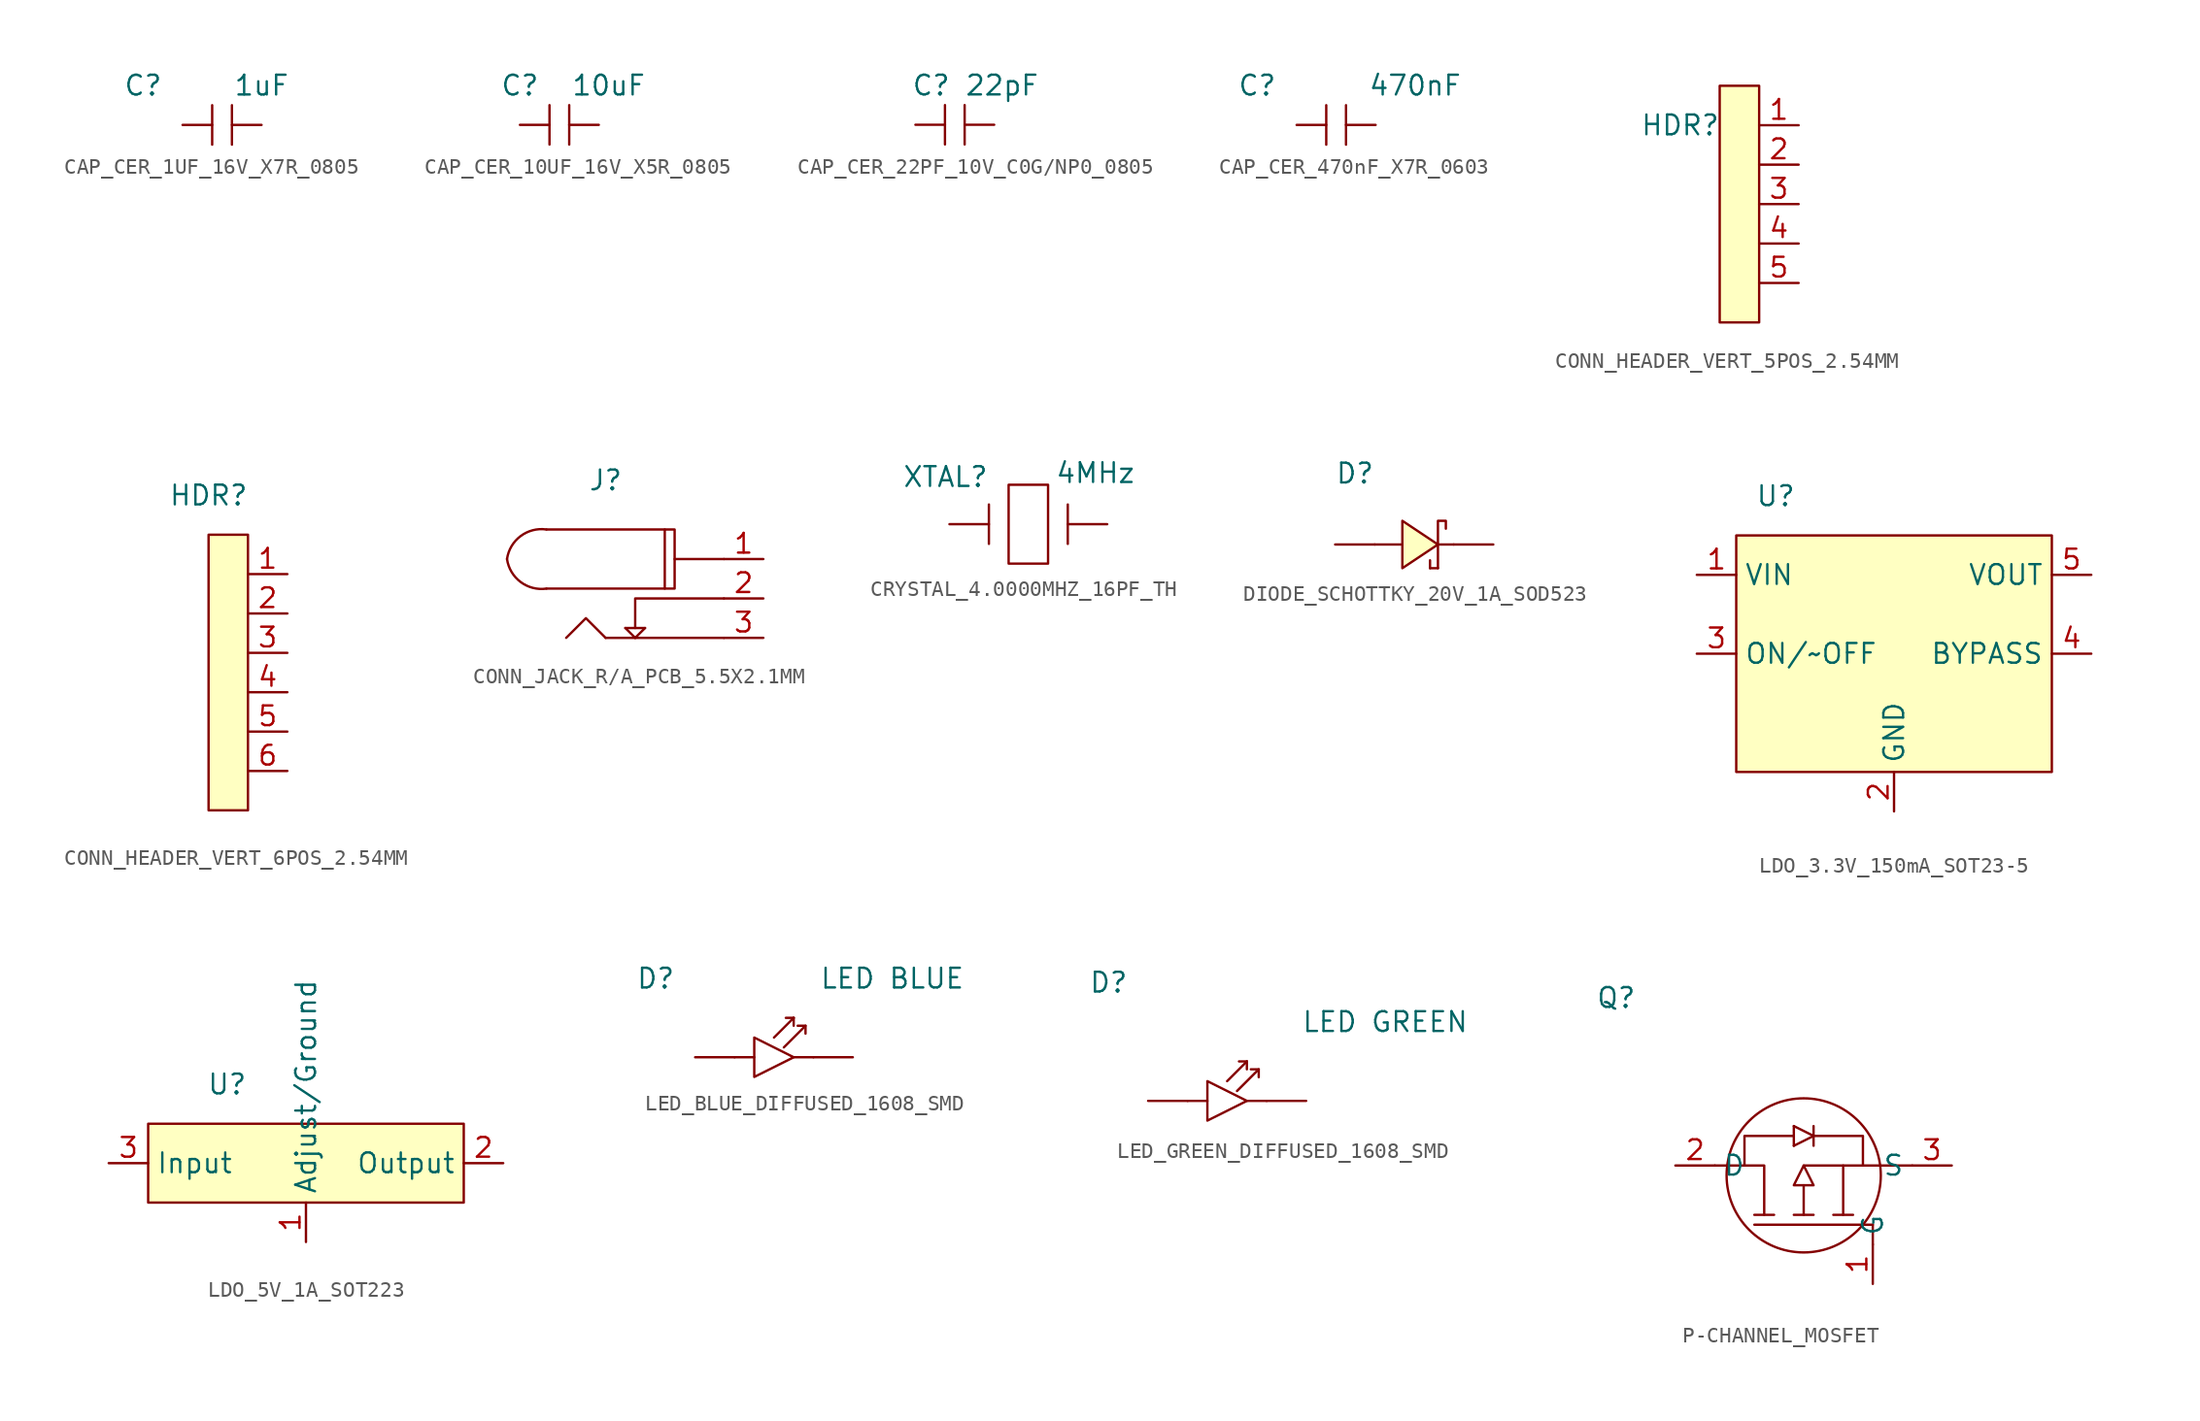
<source format=kicad_sym>
(kicad_symbol_lib
  (version 20231120)
  (generator "kicad_symbol_editor")
  (generator_version "8.0")
  (symbol "CAP_CER_1UF_16V_X7R_0805"
    (pin_numbers hide)
    (pin_names hide)
    (property "Reference" "C"
      (at -5.08 2.54 0)
      (effects (font (size 1.27 1.27))))
    (property "Value" "1uF"
      (at 2.54 2.54 0)
      (effects (font (size 1.27 1.27))))
    (symbol "CAP_CER_1UF_16V_X7R_0805_0_1"
      (polyline (pts (xy 0.635 1.27) (xy 0.635 -1.27)) (stroke (width 0) (type default)) (fill (type none))))
    (symbol "CAP_CER_1UF_16V_X7R_0805_1_1"
      (polyline (pts (xy -0.635 1.27) (xy -0.635 -1.27)) (stroke (width 0) (type default)) (fill (type none)))
      (pin bidirectional line (at -2.54 0 0) (length 1.905) (name "A" (effects (font (size 1.27 1.27)))) (number "1" (effects (font (size 1.27 1.27)))))
      (pin bidirectional line (at 2.54 0 180) (length 1.905) (name "B" (effects (font (size 1.27 1.27)))) (number "2" (effects (font (size 1.27 1.27)))))))
  (symbol "CAP_CER_10UF_16V_X5R_0805"
    (pin_numbers hide)
    (pin_names hide)
    (property "Reference" "C"
      (at -2.54 2.54 0)
      (effects (font (size 1.27 1.27))))
    (property "Value" "10uF"
      (at 3.175 2.54 0)
      (effects (font (size 1.27 1.27))))
    (symbol "CAP_CER_10UF_16V_X5R_0805_0_1"
      (polyline (pts (xy 0.635 1.27) (xy 0.635 -1.27)) (stroke (width 0) (type default)) (fill (type none))))
    (symbol "CAP_CER_10UF_16V_X5R_0805_1_1"
      (polyline (pts (xy -0.635 1.27) (xy -0.635 -1.27)) (stroke (width 0) (type default)) (fill (type none)))
      (pin bidirectional line (at -2.54 0 0) (length 1.905) (name "A" (effects (font (size 1.27 1.27)))) (number "1" (effects (font (size 1.27 1.27)))))
      (pin bidirectional line (at 2.54 0 180) (length 1.905) (name "B" (effects (font (size 1.27 1.27)))) (number "2" (effects (font (size 1.27 1.27)))))))
  (symbol "CAP_CER_22PF_10V_C0G/NP0_0805"
    (pin_numbers hide)
    (pin_names hide)
    (property "Reference" "C"
      (at -1.524 2.54 0)
      (effects (font (size 1.27 1.27))))
    (property "Value" "22pF"
      (at 3.048 2.54 0)
      (effects (font (size 1.27 1.27))))
    (symbol "CAP_CER_22PF_10V_C0G/NP0_0805_0_1"
      (polyline (pts (xy 0.635 1.27) (xy 0.635 -1.27)) (stroke (width 0) (type default)) (fill (type none))))
    (symbol "CAP_CER_22PF_10V_C0G/NP0_0805_1_1"
      (polyline (pts (xy -0.635 1.27) (xy -0.635 -1.27)) (stroke (width 0) (type default)) (fill (type none)))
      (pin bidirectional line (at -2.54 0 0) (length 1.905) (name "A" (effects (font (size 1.27 1.27)))) (number "1" (effects (font (size 1.27 1.27)))))
      (pin bidirectional line (at 2.54 0 180) (length 1.905) (name "B" (effects (font (size 1.27 1.27)))) (number "2" (effects (font (size 1.27 1.27)))))))
  (symbol "CAP_CER_470nF_X7R_0603"
    (pin_numbers hide)
    (pin_names hide)
    (property "Reference" "C"
      (at -5.08 2.54 0)
      (effects (font (size 1.27 1.27))))
    (property "Value" "470nF"
      (at 5.08 2.54 0)
      (effects (font (size 1.27 1.27))))
    (symbol "CAP_CER_470nF_X7R_0603_0_1"
      (polyline (pts (xy 0.635 1.27) (xy 0.635 -1.27)) (stroke (width 0) (type default)) (fill (type none))))
    (symbol "CAP_CER_470nF_X7R_0603_1_1"
      (polyline (pts (xy -0.635 1.27) (xy -0.635 -1.27)) (stroke (width 0) (type default)) (fill (type none)))
      (pin bidirectional line (at -2.54 0 0) (length 1.905) (name "A" (effects (font (size 1.27 1.27)))) (number "1" (effects (font (size 1.27 1.27)))))
      (pin bidirectional line (at 2.54 0 180) (length 1.905) (name "B" (effects (font (size 1.27 1.27)))) (number "2" (effects (font (size 1.27 1.27)))))))
  (symbol "CONN_HEADER_VERT_5POS_2.54MM"
    (pin_names hide)
    (property "Reference" "HDR"
      (at -5.08 5.08 0)
      (effects (font (size 1.27 1.27))))
    (symbol "CONN_HEADER_VERT_5POS_2.54MM_1_1"
      (rectangle (start -2.54 7.62) (end 0 -7.62) (stroke (width 0) (type default)) (fill (type background)))
      (pin bidirectional line (at 2.54 5.08 180) (length 2.54) (name "A" (effects (font (size 1.27 1.27)))) (number "1" (effects (font (size 1.27 1.27)))))
      (pin bidirectional line (at 2.54 2.54 180) (length 2.54) (name "B" (effects (font (size 1.27 1.27)))) (number "2" (effects (font (size 1.27 1.27)))))
      (pin bidirectional line (at 2.54 0 180) (length 2.54) (name "C" (effects (font (size 1.27 1.27)))) (number "3" (effects (font (size 1.27 1.27)))))
      (pin bidirectional line (at 2.54 -2.54 180) (length 2.54) (name "D" (effects (font (size 1.27 1.27)))) (number "4" (effects (font (size 1.27 1.27)))))
      (pin bidirectional line (at 2.54 -5.08 180) (length 2.54) (name "E" (effects (font (size 1.27 1.27)))) (number "5" (effects (font (size 1.27 1.27)))))))
  (symbol "CONN_HEADER_VERT_6POS_2.54MM"
    (pin_names hide)
    (property "Reference" "HDR"
      (at -2.54 10.16 0)
      (effects (font (size 1.27 1.27))))
    (symbol "CONN_HEADER_VERT_6POS_2.54MM_1_1"
      (rectangle (start -2.54 7.62) (end 0 -10.16) (stroke (width 0) (type default)) (fill (type background)))
      (pin bidirectional line (at 2.54 5.08 180) (length 2.54) (name "A" (effects (font (size 1.27 1.27)))) (number "1" (effects (font (size 1.27 1.27)))))
      (pin bidirectional line (at 2.54 2.54 180) (length 2.54) (name "B" (effects (font (size 1.27 1.27)))) (number "2" (effects (font (size 1.27 1.27)))))
      (pin bidirectional line (at 2.54 0 180) (length 2.54) (name "C" (effects (font (size 1.27 1.27)))) (number "3" (effects (font (size 1.27 1.27)))))
      (pin bidirectional line (at 2.54 -2.54 180) (length 2.54) (name "D" (effects (font (size 1.27 1.27)))) (number "4" (effects (font (size 1.27 1.27)))))
      (pin bidirectional line (at 2.54 -5.08 180) (length 2.54) (name "E" (effects (font (size 1.27 1.27)))) (number "5" (effects (font (size 1.27 1.27)))))
      (pin bidirectional line (at 2.54 -7.62 180) (length 2.54) (name "F" (effects (font (size 1.27 1.27)))) (number "6" (effects (font (size 1.27 1.27)))))))
  (symbol "CONN_JACK_R/A_PCB_5.5X2.1MM"
    (pin_names hide)
    (property "Reference" "J"
      (at -7.62 7.62 0)
      (effects (font (size 1.27 1.27))))
    (property "Value" ""
      (at -7.62 7.62 0)
      (effects (font (size 1.27 1.27))))
    (symbol "CONN_JACK_R/A_PCB_5.5X2.1MM_0_1"
      (arc (start -13.97 2.54) (mid -13.0945 1.0614) (end -11.43 0.635) (stroke (width 0) (type default)) (fill (type none)))
      (arc (start -11.43 4.445) (mid -13.0945 4.0186) (end -13.97 2.54) (stroke (width 0) (type default)) (fill (type none)))
      (polyline (pts (xy -6.35 -1.905) (xy -5.715 -2.54)) (stroke (width 0) (type default)) (fill (type none)))
      (polyline (pts (xy -6.35 -1.905) (xy -5.08 -1.905)) (stroke (width 0) (type default)) (fill (type none)))
      (polyline (pts (xy -5.715 -2.54) (xy -5.08 -1.905)) (stroke (width 0) (type default)) (fill (type none)))
      (polyline (pts (xy -3.81 0.635) (xy -11.43 0.635)) (stroke (width 0) (type default)) (fill (type none)))
      (polyline (pts (xy -3.81 4.445) (xy -11.43 4.445)) (stroke (width 0) (type default)) (fill (type none)))
      (polyline (pts (xy 0 -2.54) (xy -7.62 -2.54)) (stroke (width 0) (type default)) (fill (type none)))
      (polyline (pts (xy 0 2.54) (xy -3.175 2.54)) (stroke (width 0) (type default)) (fill (type none)))
      (polyline (pts (xy -7.62 -2.54) (xy -8.89 -1.27) (xy -10.16 -2.54)) (stroke (width 0) (type default)) (fill (type none)))
      (polyline (pts (xy 0 0) (xy -5.715 0) (xy -5.715 -1.905)) (stroke (width 0) (type default)) (fill (type none)))
      (polyline (pts (xy -3.175 0.635) (xy -3.81 0.635) (xy -3.81 4.445) (xy -3.175 4.445) (xy -3.175 0.635)) (stroke (width 0) (type default)) (fill (type none))))
    (symbol "CONN_JACK_R/A_PCB_5.5X2.1MM_1_1"
      (pin bidirectional line (at 2.54 2.54 180) (length 2.54) (name "A" (effects (font (size 1.27 1.27)))) (number "1" (effects (font (size 1.27 1.27)))))
      (pin bidirectional line (at 2.54 0 180) (length 2.54) (name "B" (effects (font (size 1.27 1.27)))) (number "2" (effects (font (size 1.27 1.27)))))
      (pin bidirectional line (at 2.54 -2.54 180) (length 2.54) (name "C" (effects (font (size 1.27 1.27)))) (number "3" (effects (font (size 1.27 1.27)))))))
  (symbol "CRYSTAL_4.0000MHZ_16PF_TH"
    (pin_numbers hide)
    (pin_names hide)
    (property "Reference" "XTAL"
      (at -5.334 3.048 0)
      (effects (font (size 1.27 1.27))))
    (property "Value" "4MHz"
      (at 4.318 3.302 0)
      (effects (font (size 1.27 1.27))))
    (symbol "CRYSTAL_4.0000MHZ_16PF_TH_0_1"
      (polyline (pts (xy -2.54 1.27) (xy -2.54 -1.27)) (stroke (width 0) (type default)) (fill (type none)))
      (polyline (pts (xy 2.54 1.27) (xy 2.54 -1.27)) (stroke (width 0) (type default)) (fill (type none)))
      (polyline (pts (xy -1.27 -2.54) (xy -1.27 2.54) (xy 1.27 2.54) (xy 1.27 -2.54) (xy -1.27 -2.54)) (stroke (width 0) (type default)) (fill (type none))))
    (symbol "CRYSTAL_4.0000MHZ_16PF_TH_1_1"
      (pin bidirectional line (at 5.08 0 180) (length 2.54) (name "A" (effects (font (size 1.27 1.27)))) (number "1" (effects (font (size 1.27 1.27)))))
      (pin bidirectional line (at -5.08 0 0) (length 2.54) (name "B" (effects (font (size 1.27 1.27)))) (number "2" (effects (font (size 1.27 1.27)))))))
  (symbol "DIODE_SCHOTTKY_20V_1A_SOD523"
    (pin_numbers hide)
    (pin_names hide)
    (property "Reference" "D"
      (at -3.81 4.572 0)
      (effects (font (size 1.27 1.27))))
    (symbol "DIODE_SCHOTTKY_20V_1A_SOD523_1_1"
      (polyline (pts (xy -0.762 0) (xy -2.54 0)) (stroke (width 0) (type default)) (fill (type none)))
      (polyline (pts (xy 1.016 -1.524) (xy 1.016 -1.016)) (stroke (width 0) (type default)) (fill (type none)))
      (polyline (pts (xy 1.524 -1.524) (xy 1.016 -1.524)) (stroke (width 0) (type default)) (fill (type none)))
      (polyline (pts (xy 1.524 0) (xy 1.524 -1.524)) (stroke (width 0) (type default)) (fill (type none)))
      (polyline (pts (xy 2.54 0) (xy 1.524 0)) (stroke (width 0) (type default)) (fill (type none)))
      (polyline (pts (xy 1.524 0) (xy 1.524 1.524) (xy 2.032 1.524) (xy 2.032 1.016)) (stroke (width 0) (type default)) (fill (type none)))
      (polyline (pts (xy -0.762 0) (xy -0.762 1.524) (xy 1.524 0) (xy -0.762 -1.524) (xy -0.762 0)) (stroke (width 0) (type default)) (fill (type background)))
      (pin input line (at -5.08 0 0) (length 2.54) (name "A" (effects (font (size 1.27 1.27)))) (number "1" (effects (font (size 1.27 1.27)))))
      (pin input line (at 5.08 0 180) (length 2.54) (name "K" (effects (font (size 1.27 1.27)))) (number "2" (effects (font (size 1.27 1.27)))))))
  (symbol "LDO_3.3V_150mA_SOT23-5"
    (property "Reference" "U"
      (at -7.62 10.16 0)
      (effects (font (size 1.27 1.27))))
    (property "Value" ""
      (at 0 0 0)
      (effects (font (size 1.27 1.27))))
    (symbol "LDO_3.3V_150mA_SOT23-5_1_1"
      (rectangle (start -10.16 7.62) (end 10.16 -7.62) (stroke (width 0) (type default)) (fill (type background)))
      (pin power_in line (at -12.7 5.08 0) (length 2.54) (name "VIN" (effects (font (size 1.27 1.27)))) (number "1" (effects (font (size 1.27 1.27)))))
      (pin power_out line (at 0 -10.16 90) (length 2.54) (name "GND" (effects (font (size 1.27 1.27)))) (number "2" (effects (font (size 1.27 1.27)))))
      (pin input line (at -12.7 0 0) (length 2.54) (name "ON/~OFF" (effects (font (size 1.27 1.27)))) (number "3" (effects (font (size 1.27 1.27)))))
      (pin output line (at 12.7 0 180) (length 2.54) (name "BYPASS" (effects (font (size 1.27 1.27)))) (number "4" (effects (font (size 1.27 1.27)))))
      (pin power_out line (at 12.7 5.08 180) (length 2.54) (name "VOUT" (effects (font (size 1.27 1.27)))) (number "5" (effects (font (size 1.27 1.27)))))))
  (symbol "LDO_5V_1A_SOT223"
    (property "Reference" "U"
      (at -5.08 5.08 0)
      (effects (font (size 1.27 1.27))))
    (property "Value" ""
      (at -3.81 3.175 0)
      (effects (font (size 1.27 1.27))))
    (symbol "LDO_5V_1A_SOT223_1_1"
      (rectangle (start -10.16 2.54) (end 10.16 -2.54) (stroke (width 0) (type default)) (fill (type background)))
      (pin input line (at 0 -5.08 90) (length 2.54) (name "Adjust/Ground" (effects (font (size 1.27 1.27)))) (number "1" (effects (font (size 1.27 1.27)))))
      (pin power_out line (at 12.7 0 180) (length 2.54) (name "Output" (effects (font (size 1.27 1.27)))) (number "2" (effects (font (size 1.27 1.27)))))
      (pin power_in line (at -12.7 0 0) (length 2.54) (name "Input" (effects (font (size 1.27 1.27)))) (number "3" (effects (font (size 1.27 1.27)))))))
  (symbol "LED_BLUE_DIFFUSED_1608_SMD"
    (pin_numbers hide)
    (pin_names hide)
    (property "Reference" "D"
      (at -7.62 5.08 0)
      (effects (font (size 1.27 1.27))))
    (property "Value" "LED BLUE"
      (at 7.62 5.08 0)
      (effects (font (size 1.27 1.27))))
    (symbol "LED_BLUE_DIFFUSED_1608_SMD_0_1"
      (polyline (pts (xy -1.27 0) (xy -2.54 0)) (stroke (width 0) (type default)) (fill (type none)))
      (polyline (pts (xy 0 1.27) (xy 1.27 2.54)) (stroke (width 0) (type default)) (fill (type none)))
      (polyline (pts (xy 0.635 0.635) (xy 1.905 1.905)) (stroke (width 0) (type default)) (fill (type none)))
      (polyline (pts (xy 1.27 0) (xy 2.54 0)) (stroke (width 0) (type default)) (fill (type none)))
      (polyline (pts (xy 1.27 2.54) (xy 0.762 2.54)) (stroke (width 0) (type default)) (fill (type none)))
      (polyline (pts (xy 1.27 2.54) (xy 1.27 2.032)) (stroke (width 0) (type default)) (fill (type none)))
      (polyline (pts (xy 2.032 2.032) (xy 2.032 1.524)) (stroke (width 0) (type default)) (fill (type none)))
      (polyline (pts (xy 2.032 2.032) (xy 1.524 2.032) (xy 1.524 2.032)) (stroke (width 0) (type default)) (fill (type none)))
      (polyline (pts (xy -1.27 0) (xy -1.27 1.27) (xy 1.27 0) (xy -1.27 -1.27) (xy -1.27 0)) (stroke (width 0) (type default)) (fill (type none))))
    (symbol "LED_BLUE_DIFFUSED_1608_SMD_1_1"
      (pin bidirectional line (at -5.08 0 0) (length 2.54) (name "A" (effects (font (size 1.27 1.27)))) (number "1" (effects (font (size 1.27 1.27)))))
      (pin bidirectional line (at 5.08 0 180) (length 2.54) (name "K" (effects (font (size 1.27 1.27)))) (number "2" (effects (font (size 1.27 1.27)))))))
  (symbol "LED_GREEN_DIFFUSED_1608_SMD"
    (pin_numbers hide)
    (pin_names hide)
    (property "Reference" "D"
      (at -7.62 7.62 0)
      (effects (font (size 1.27 1.27))))
    (property "Value" "LED GREEN"
      (at 10.16 5.08 0)
      (effects (font (size 1.27 1.27))))
    (symbol "LED_GREEN_DIFFUSED_1608_SMD_0_1"
      (polyline (pts (xy -1.27 0) (xy -2.54 0)) (stroke (width 0) (type default)) (fill (type none)))
      (polyline (pts (xy 0 1.27) (xy 1.27 2.54)) (stroke (width 0) (type default)) (fill (type none)))
      (polyline (pts (xy 0.635 0.635) (xy 1.905 1.905)) (stroke (width 0) (type default)) (fill (type none)))
      (polyline (pts (xy 1.27 0) (xy 2.54 0)) (stroke (width 0) (type default)) (fill (type none)))
      (polyline (pts (xy 1.27 2.54) (xy 0.762 2.54)) (stroke (width 0) (type default)) (fill (type none)))
      (polyline (pts (xy 1.27 2.54) (xy 1.27 2.032)) (stroke (width 0) (type default)) (fill (type none)))
      (polyline (pts (xy 2.032 2.032) (xy 2.032 1.524)) (stroke (width 0) (type default)) (fill (type none)))
      (polyline (pts (xy 2.032 2.032) (xy 1.524 2.032) (xy 1.524 2.032)) (stroke (width 0) (type default)) (fill (type none)))
      (polyline (pts (xy -1.27 0) (xy -1.27 1.27) (xy 1.27 0) (xy -1.27 -1.27) (xy -1.27 0)) (stroke (width 0) (type default)) (fill (type none))))
    (symbol "LED_GREEN_DIFFUSED_1608_SMD_1_1"
      (pin bidirectional line (at -5.08 0 0) (length 2.54) (name "A" (effects (font (size 1.27 1.27)))) (number "1" (effects (font (size 1.27 1.27)))))
      (pin bidirectional line (at 5.08 0 180) (length 2.54) (name "K" (effects (font (size 1.27 1.27)))) (number "2" (effects (font (size 1.27 1.27)))))))
  (symbol "P-CHANNEL_MOSFET"
    (property "Reference" "Q"
      (at -11.43 10.795 0)
      (effects (font (size 1.27 1.27))))
    (property "Value" ""
      (at 0.635 -3.175 0)
      (effects (font (size 1.27 1.27))))
    (symbol "P-CHANNEL_MOSFET_0_1"
      (polyline (pts (xy -2.54 -3.81) (xy 5.08 -3.81)) (stroke (width 0) (type default)) (fill (type none)))
      (polyline (pts (xy -1.27 -3.175) (xy -2.54 -3.175)) (stroke (width 0) (type default)) (fill (type none)))
      (polyline (pts (xy 0 -3.175) (xy 1.27 -3.175)) (stroke (width 0) (type default)) (fill (type none)))
      (polyline (pts (xy 0 1.27) (xy 1.27 1.905)) (stroke (width 0) (type default)) (fill (type none)))
      (polyline (pts (xy 0 2.54) (xy 0 1.27)) (stroke (width 0) (type default)) (fill (type none)))
      (polyline (pts (xy 0.635 -1.27) (xy 0.635 -3.175)) (stroke (width 0) (type default)) (fill (type none)))
      (polyline (pts (xy 0.635 0) (xy 7.62 0)) (stroke (width 0) (type default)) (fill (type none)))
      (polyline (pts (xy 1.27 1.905) (xy 0 2.54)) (stroke (width 0) (type default)) (fill (type none)))
      (polyline (pts (xy 1.27 2.54) (xy 1.27 1.27)) (stroke (width 0) (type default)) (fill (type none)))
      (polyline (pts (xy 2.54 -3.175) (xy 3.81 -3.175)) (stroke (width 0) (type default)) (fill (type none)))
      (polyline (pts (xy 3.175 -3.175) (xy 3.175 0)) (stroke (width 0) (type default)) (fill (type none)))
      (polyline (pts (xy 5.08 -5.08) (xy 5.08 -3.81)) (stroke (width 0) (type default)) (fill (type none)))
      (polyline (pts (xy -3.175 0) (xy -3.175 1.905) (xy 0 1.905)) (stroke (width 0) (type default)) (fill (type none)))
      (polyline (pts (xy -1.905 -3.175) (xy -1.905 0) (xy -5.08 0)) (stroke (width 0) (type default)) (fill (type none)))
      (polyline (pts (xy 4.445 0) (xy 4.445 1.905) (xy 1.27 1.905)) (stroke (width 0) (type default)) (fill (type none)))
      (polyline (pts (xy 0.635 -1.27) (xy 1.27 -1.27) (xy 0.635 0) (xy 0 -1.27) (xy 0.635 -1.27)) (stroke (width 0) (type default)) (fill (type none)))
      (circle (center 0.635 -0.635) (radius 4.96) (stroke (width 0) (type default)) (fill (type none))))
    (symbol "P-CHANNEL_MOSFET_1_1"
      (pin bidirectional line (at 5.08 -7.62 90) (length 2.54) (name "G" (effects (font (size 1.27 1.27)))) (number "1" (effects (font (size 1.27 1.27)))))
      (pin bidirectional line (at -7.62 0 0) (length 2.54) (name "D" (effects (font (size 1.27 1.27)))) (number "2" (effects (font (size 1.27 1.27)))))
      (pin bidirectional line (at 10.16 0 180) (length 2.54) (name "S" (effects (font (size 1.27 1.27)))) (number "3" (effects (font (size 1.27 1.27))))))))
</source>
